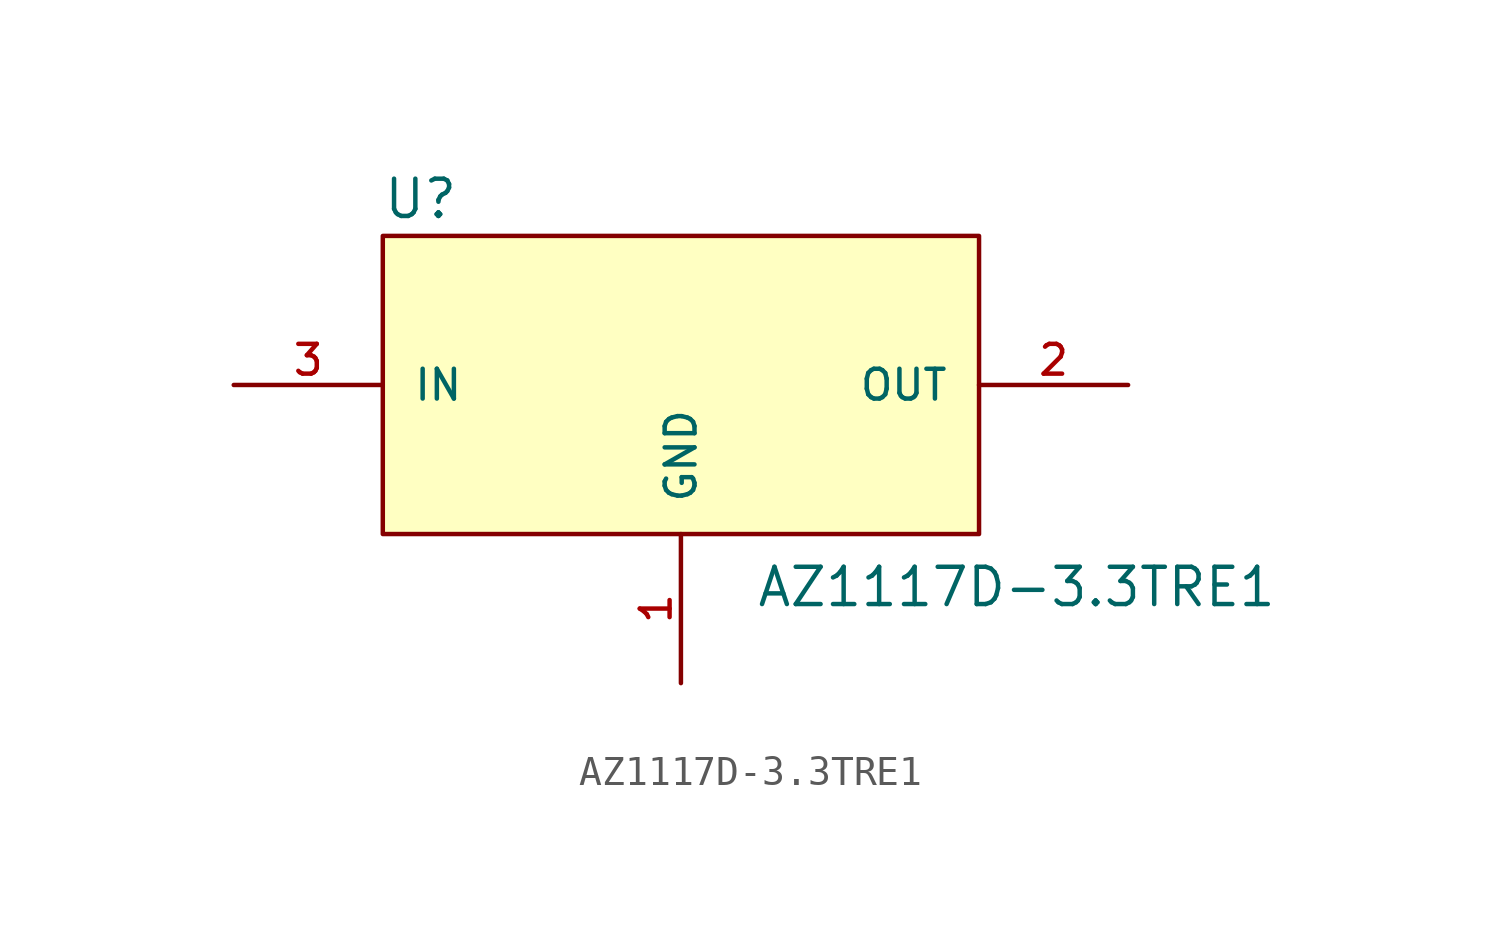
<source format=kicad_sym>
(kicad_symbol_lib
  (version 20211014)
  (generator kicad_symbol_editor)
  (symbol "AZ1117D-3.3TRE1"
    (pin_names
      (offset 1.016))
    (property "Reference" "U"
      (at -10.179 5.598 0)
      (effects (font (size 1.27 1.27)) (justify bottom left)))
    (property "Value" "AZ1117D-3.3TRE1"
      (at 2.543 -7.629 0)
      (effects (font (size 1.27 1.27)) (justify bottom left)))
    (symbol "AZ1117D-3.3TRE1_0_0"
      (rectangle (start -10.16 -5.08) (end 10.16 5.08) (stroke (width 0.152)) (fill (type background)))
      (pin input line (at -15.24 0.0 0) (length 5.08) (name "IN" (effects (font (size 1.016 1.016)))) (number "3" (effects (font (size 1.016 1.016)))))
      (pin output line (at 15.24 0.0 180.0) (length 5.08) (name "OUT" (effects (font (size 1.016 1.016)))) (number "2" (effects (font (size 1.016 1.016)))))
      (pin power_in line (at 0.0 -10.16 90.0) (length 5.08) (name "GND" (effects (font (size 1.016 1.016)))) (number "1" (effects (font (size 1.016 1.016))))))))
</source>
